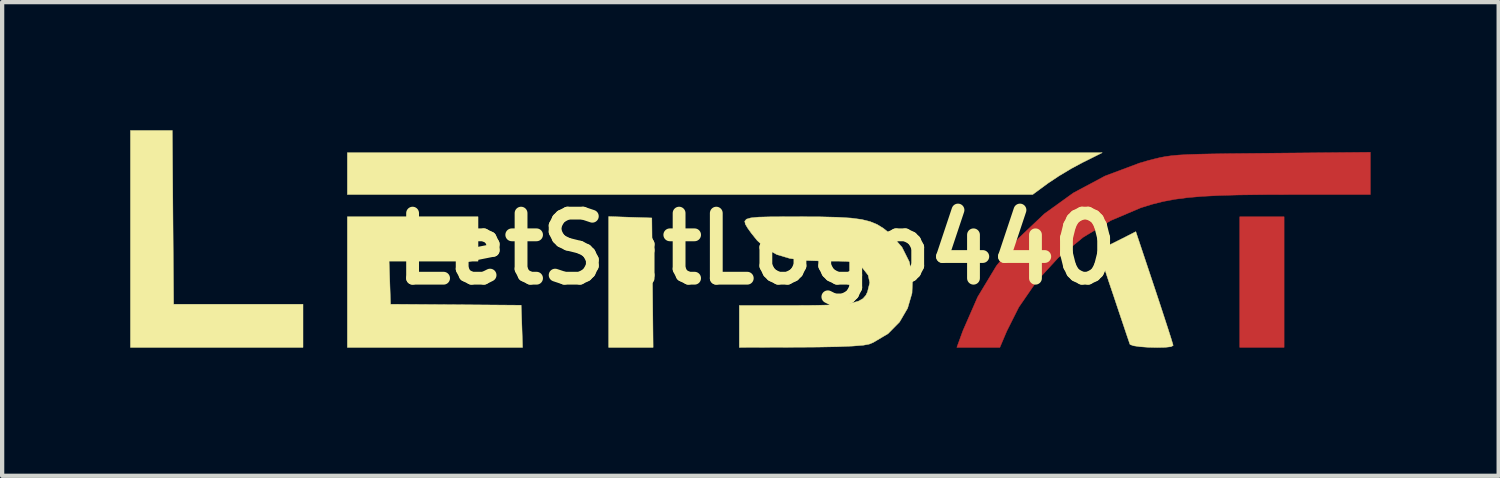
<source format=kicad_pcb>
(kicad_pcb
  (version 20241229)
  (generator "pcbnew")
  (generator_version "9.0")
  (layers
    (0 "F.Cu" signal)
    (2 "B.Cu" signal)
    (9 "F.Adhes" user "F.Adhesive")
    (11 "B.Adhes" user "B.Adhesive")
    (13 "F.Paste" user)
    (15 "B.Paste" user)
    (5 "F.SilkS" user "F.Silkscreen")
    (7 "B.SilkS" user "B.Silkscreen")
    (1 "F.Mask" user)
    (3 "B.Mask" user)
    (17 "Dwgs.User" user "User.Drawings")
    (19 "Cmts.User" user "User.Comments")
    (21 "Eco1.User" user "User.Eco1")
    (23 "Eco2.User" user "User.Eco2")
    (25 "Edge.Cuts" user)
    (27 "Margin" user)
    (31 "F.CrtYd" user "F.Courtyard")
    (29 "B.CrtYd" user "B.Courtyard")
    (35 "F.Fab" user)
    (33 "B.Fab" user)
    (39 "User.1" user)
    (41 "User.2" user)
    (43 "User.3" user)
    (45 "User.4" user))
  (footprint "LetSatLogo440"
    (layer "F.Cu")
    (at 14.668 2.776)
    (property "Reference" "LetSatLogo440" (at 0 0 0) (layer "F.SilkS") (effects (font (size 1.524 1.524) (thickness 0.3))))
    (attr through_hole)
    (fp_poly (pts (xy 12.354 2.309) (xy 11.315 2.309) (xy 11.315 -0.75) (xy 12.354 -0.75) (xy 12.354 2.309)) (stroke (width 0.01) (type solid)) (fill yes) (layer "F.Cu"))
    (fp_poly (pts (xy 14.374 -1.27) (xy 12.525 -1.27) (xy 11.862 -1.268) (xy 11.301 -1.261) (xy 10.827 -1.248) (xy 10.426 -1.227) (xy 10.084 -1.197) (xy 9.786 -1.158) (xy 9.519 -1.107) (xy 9.268 -1.044) (xy 9.019 -0.967) (xy 8.99 -0.957) (xy 8.296 -0.662) (xy 7.652 -0.272) (xy 7.07 0.204) (xy 6.563 0.755) (xy 6.14 1.37) (xy 5.86 1.927) (xy 5.698 2.309) (xy 4.69 2.309) (xy 4.831 1.922) (xy 5.178 1.128) (xy 5.616 0.402) (xy 6.139 -0.249) (xy 6.741 -0.82) (xy 7.417 -1.307) (xy 8.161 -1.705) (xy 8.968 -2.007) (xy 9.167 -2.065) (xy 9.309 -2.102) (xy 9.438 -2.133) (xy 9.566 -2.158) (xy 9.708 -2.178) (xy 9.875 -2.194) (xy 10.082 -2.206) (xy 10.341 -2.215) (xy 10.665 -2.222) (xy 11.067 -2.228) (xy 11.561 -2.233) (xy 12.051 -2.238) (xy 14.374 -2.26) (xy 14.374 -1.27)) (stroke (width 0.01) (type solid)) (fill yes) (layer "F.Cu"))
    (fp_poly (pts (xy 12.354 2.309) (xy 11.315 2.309) (xy 11.315 -0.75) (xy 12.354 -0.75) (xy 12.354 2.309)) (stroke (width 0.01) (type solid)) (fill yes) (layer "F.Mask"))
    (fp_poly (pts (xy 14.374 -1.27) (xy 12.525 -1.27) (xy 11.862 -1.268) (xy 11.301 -1.261) (xy 10.827 -1.248) (xy 10.426 -1.227) (xy 10.084 -1.197) (xy 9.786 -1.158) (xy 9.519 -1.107) (xy 9.268 -1.044) (xy 9.019 -0.967) (xy 8.99 -0.957) (xy 8.296 -0.662) (xy 7.652 -0.272) (xy 7.07 0.204) (xy 6.563 0.755) (xy 6.14 1.37) (xy 5.86 1.927) (xy 5.698 2.309) (xy 4.69 2.309) (xy 4.831 1.922) (xy 5.178 1.128) (xy 5.616 0.402) (xy 6.139 -0.249) (xy 6.741 -0.82) (xy 7.417 -1.307) (xy 8.161 -1.705) (xy 8.968 -2.007) (xy 9.167 -2.065) (xy 9.309 -2.102) (xy 9.438 -2.133) (xy 9.566 -2.158) (xy 9.708 -2.178) (xy 9.875 -2.194) (xy 10.082 -2.206) (xy 10.341 -2.215) (xy 10.665 -2.222) (xy 11.067 -2.228) (xy 11.561 -2.233) (xy 12.051 -2.238) (xy 14.374 -2.26) (xy 14.374 -1.27)) (stroke (width 0.01) (type solid)) (fill yes) (layer "F.Mask"))
    (fp_poly (pts (xy -2.959 -0.738) (xy -2.453 -0.722) (xy -2.423 2.309) (xy -3.464 2.309) (xy -3.464 -0.755) (xy -2.959 -0.738)) (stroke (width 0.01) (type solid)) (fill yes) (layer "F.SilkS"))
    (fp_poly (pts (xy -13.668 -0.736) (xy -13.652 1.299) (xy -10.622 1.299) (xy -10.622 2.309) (xy -14.663 2.309) (xy -14.663 -2.771) (xy -13.683 -2.771) (xy -13.668 -0.736)) (stroke (width 0.01) (type solid)) (fill yes) (layer "F.SilkS"))
    (fp_poly (pts (xy 7.631 -2.019) (xy 7.363 -1.875) (xy 7.083 -1.707) (xy 6.845 -1.549) (xy 6.816 -1.529) (xy 6.465 -1.27) (xy -9.583 -1.27) (xy -9.583 -2.251) (xy 8.095 -2.251) (xy 7.631 -2.019)) (stroke (width 0.01) (type solid)) (fill yes) (layer "F.SilkS"))
    (fp_poly (pts (xy -6.523 0.289) (xy -8.606 0.289) (xy -8.589 0.794) (xy -8.572 1.299) (xy -7.043 1.31) (xy -5.513 1.322) (xy -5.496 1.815) (xy -5.48 2.309) (xy -9.583 2.309) (xy -9.583 -0.75) (xy -6.523 -0.75) (xy -6.523 0.289)) (stroke (width 0.01) (type solid)) (fill yes) (layer "F.SilkS"))
    (fp_poly (pts (xy 9.319 0.911) (xy 9.441 1.279) (xy 9.55 1.612) (xy 9.641 1.892) (xy 9.709 2.105) (xy 9.748 2.234) (xy 9.756 2.266) (xy 9.704 2.293) (xy 9.568 2.308) (xy 9.381 2.312) (xy 9.174 2.307) (xy 8.978 2.293) (xy 8.826 2.271) (xy 8.747 2.242) (xy 8.744 2.237) (xy 8.718 2.162) (xy 8.661 1.995) (xy 8.581 1.756) (xy 8.482 1.462) (xy 8.372 1.133) (xy 8.37 1.126) (xy 8.245 0.757) (xy 8.155 0.481) (xy 8.102 0.281) (xy 8.088 0.14) (xy 8.116 0.039) (xy 8.187 -0.038) (xy 8.305 -0.11) (xy 8.472 -0.193) (xy 8.554 -0.234) (xy 8.881 -0.401) (xy 9.319 0.911)) (stroke (width 0.01) (type solid)) (fill yes) (layer "F.SilkS"))
    (fp_poly (pts (xy 1.497 -0.748) (xy 1.896 -0.738) (xy 2.212 -0.719) (xy 2.461 -0.686) (xy 2.66 -0.636) (xy 2.825 -0.568) (xy 2.972 -0.477) (xy 3.117 -0.36) (xy 3.133 -0.346) (xy 3.404 -0.039) (xy 3.577 0.306) (xy 3.654 0.671) (xy 3.64 1.039) (xy 3.537 1.392) (xy 3.349 1.714) (xy 3.079 1.988) (xy 2.73 2.195) (xy 2.637 2.233) (xy 2.503 2.258) (xy 2.256 2.278) (xy 1.899 2.293) (xy 1.433 2.302) (xy 1.025 2.305) (xy -0.404 2.309) (xy -0.404 1.328) (xy 0.868 1.328) (xy 1.35 1.325) (xy 1.729 1.316) (xy 2.02 1.299) (xy 2.235 1.269) (xy 2.388 1.226) (xy 2.492 1.167) (xy 2.56 1.089) (xy 2.598 1.009) (xy 2.651 0.794) (xy 2.613 0.619) (xy 2.487 0.457) (xy 2.412 0.386) (xy 2.34 0.338) (xy 2.248 0.309) (xy 2.111 0.295) (xy 1.906 0.289) (xy 1.63 0.289) (xy 1.159 0.274) (xy 0.78 0.226) (xy 0.476 0.136) (xy 0.228 -0.001) (xy 0.015 -0.194) (xy -0.121 -0.363) (xy -0.208 -0.484) (xy -0.263 -0.577) (xy -0.277 -0.645) (xy -0.238 -0.693) (xy -0.135 -0.723) (xy 0.043 -0.741) (xy 0.307 -0.748) (xy 0.667 -0.75) (xy 1 -0.75) (xy 1.497 -0.748)) (stroke (width 0.01) (type solid)) (fill yes) (layer "F.SilkS")))
  (gr_rect
    (start -3 -3)
    (end 32.047 8.093)
    (stroke (width 0.1) (type default))
    (fill no)
    (layer "Edge.Cuts")))
</source>
